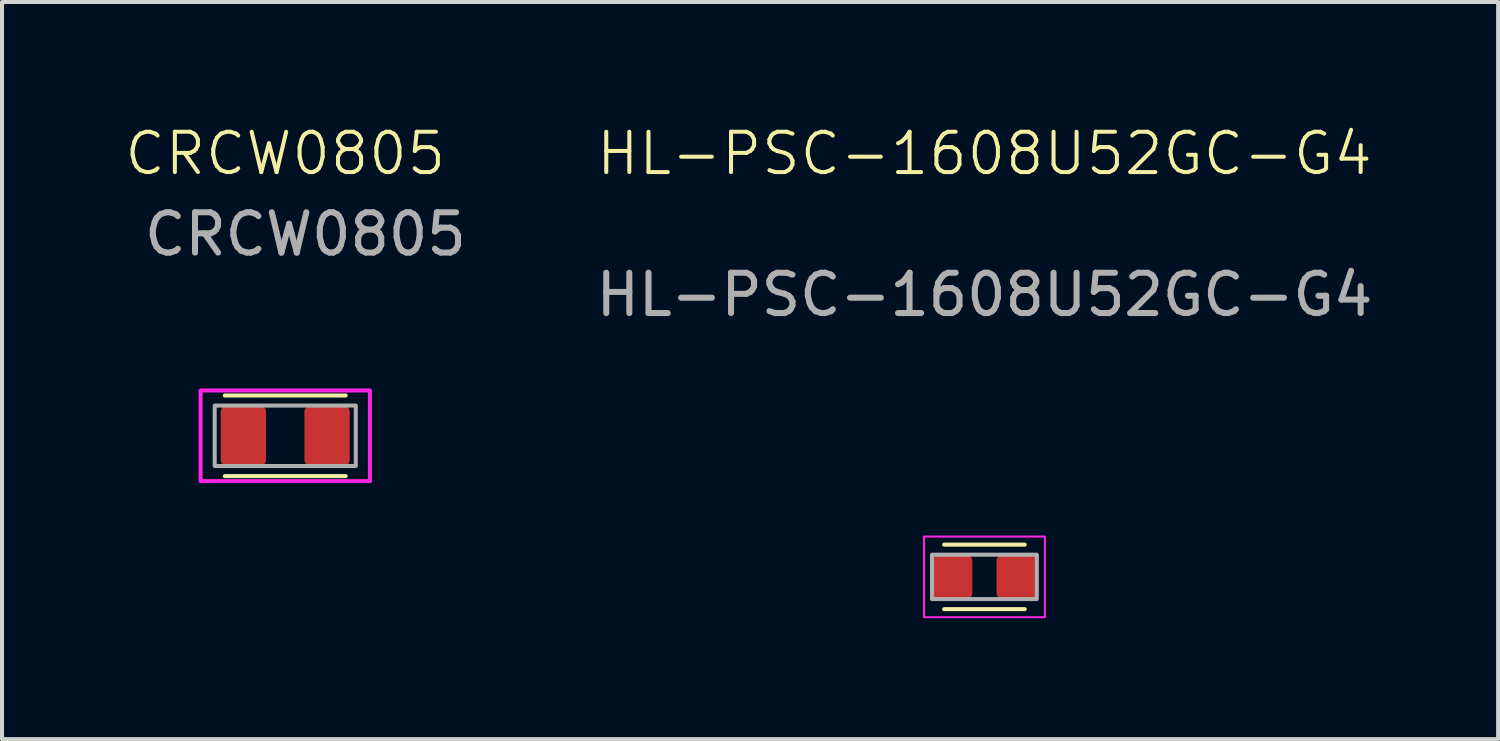
<source format=kicad_pcb>
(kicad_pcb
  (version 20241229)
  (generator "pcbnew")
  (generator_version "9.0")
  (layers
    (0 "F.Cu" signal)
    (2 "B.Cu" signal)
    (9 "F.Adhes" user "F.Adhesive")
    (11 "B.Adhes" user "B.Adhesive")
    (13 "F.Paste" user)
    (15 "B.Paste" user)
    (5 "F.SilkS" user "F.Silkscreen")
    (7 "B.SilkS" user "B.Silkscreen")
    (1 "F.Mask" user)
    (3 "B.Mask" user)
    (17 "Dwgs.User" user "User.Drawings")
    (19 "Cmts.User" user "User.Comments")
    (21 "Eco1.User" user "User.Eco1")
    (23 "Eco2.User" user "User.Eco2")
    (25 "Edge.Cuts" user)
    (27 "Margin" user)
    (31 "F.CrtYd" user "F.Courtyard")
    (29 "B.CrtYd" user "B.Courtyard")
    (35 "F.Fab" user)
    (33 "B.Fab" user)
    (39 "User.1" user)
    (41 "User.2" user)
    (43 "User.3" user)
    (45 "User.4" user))
  (footprint "CRCW0805"
    (layer "F.Cu")
    (at 4.026 7.761)
    (property "Reference" "CRCW0805" (at 0 -7 0) (unlocked yes) (layer "F.SilkS") (effects (font (size 1 1) (thickness 0.1))))
    (attr smd)
    (fp_line (start -1.5 -1) (end 1.5 -1) (stroke (width 0.1) (type default)) (layer "F.SilkS"))
    (fp_line (start -1.5 1) (end 1.5 1) (stroke (width 0.1) (type default)) (layer "F.SilkS"))
    (fp_rect (start -2.1 -1.125) (end 2.1 1.125) (stroke (width 0.1) (type solid)) (fill no) (layer "F.CrtYd"))
    (fp_rect (start -1.75 -0.75) (end 1.75 0.75) (stroke (width 0.1) (type default)) (fill no) (layer "F.Fab"))
    (fp_text user "${REFERENCE}" (at 0.5 -5 0) (unlocked yes) (layer "F.Fab") (effects (font (size 1 1) (thickness 0.15))))
    (pad "1" smd roundrect (at -1.038 0) (size 1.125 1.525) (layers "F.Cu" "F.Mask" "F.Paste") (roundrect_rratio 0.15))
    (pad "2" smd roundrect (at 1.038 0) (size 1.125 1.525) (layers "F.Cu" "F.Mask" "F.Paste") (roundrect_rratio 0.15)))
  (footprint "HL-PSC-1608U52GC-G4"
    (layer "F.Cu")
    (at 21.371 11.261)
    (property "Reference" "HL-PSC-1608U52GC-G4" (at 0 -10.5 0) (unlocked yes) (layer "F.SilkS") (effects (font (size 1 1) (thickness 0.1))))
    (attr smd)
    (fp_line (start -1 -0.8) (end 1 -0.8) (stroke (width 0.1) (type solid)) (layer "F.SilkS"))
    (fp_line (start -1 0.8) (end 1 0.8) (stroke (width 0.1) (type solid)) (layer "F.SilkS"))
    (fp_rect (start -1.5 -1) (end 1.5 1) (stroke (width 0.05) (type default)) (fill no) (layer "F.CrtYd"))
    (fp_rect (start -1.3 -0.55) (end 1.3 0.55) (stroke (width 0.1) (type solid)) (fill no) (layer "F.Fab"))
    (fp_text user "${REFERENCE}" (at 0 -7 0) (unlocked yes) (layer "F.Fab") (effects (font (size 1 1) (thickness 0.15))))
    (pad "1" smd roundrect (at -0.8 0) (size 1 1.1) (layers "F.Cu" "F.Mask" "F.Paste") (roundrect_rratio 0.15))
    (pad "2" smd roundrect (at 0.8 0) (size 1 1.1) (layers "F.Cu" "F.Mask" "F.Paste") (roundrect_rratio 0.15)))
  (gr_rect
    (start -3 -3)
    (end 34.115 15.286)
    (stroke (width 0.1) (type default))
    (fill no)
    (layer "Edge.Cuts")))
</source>
